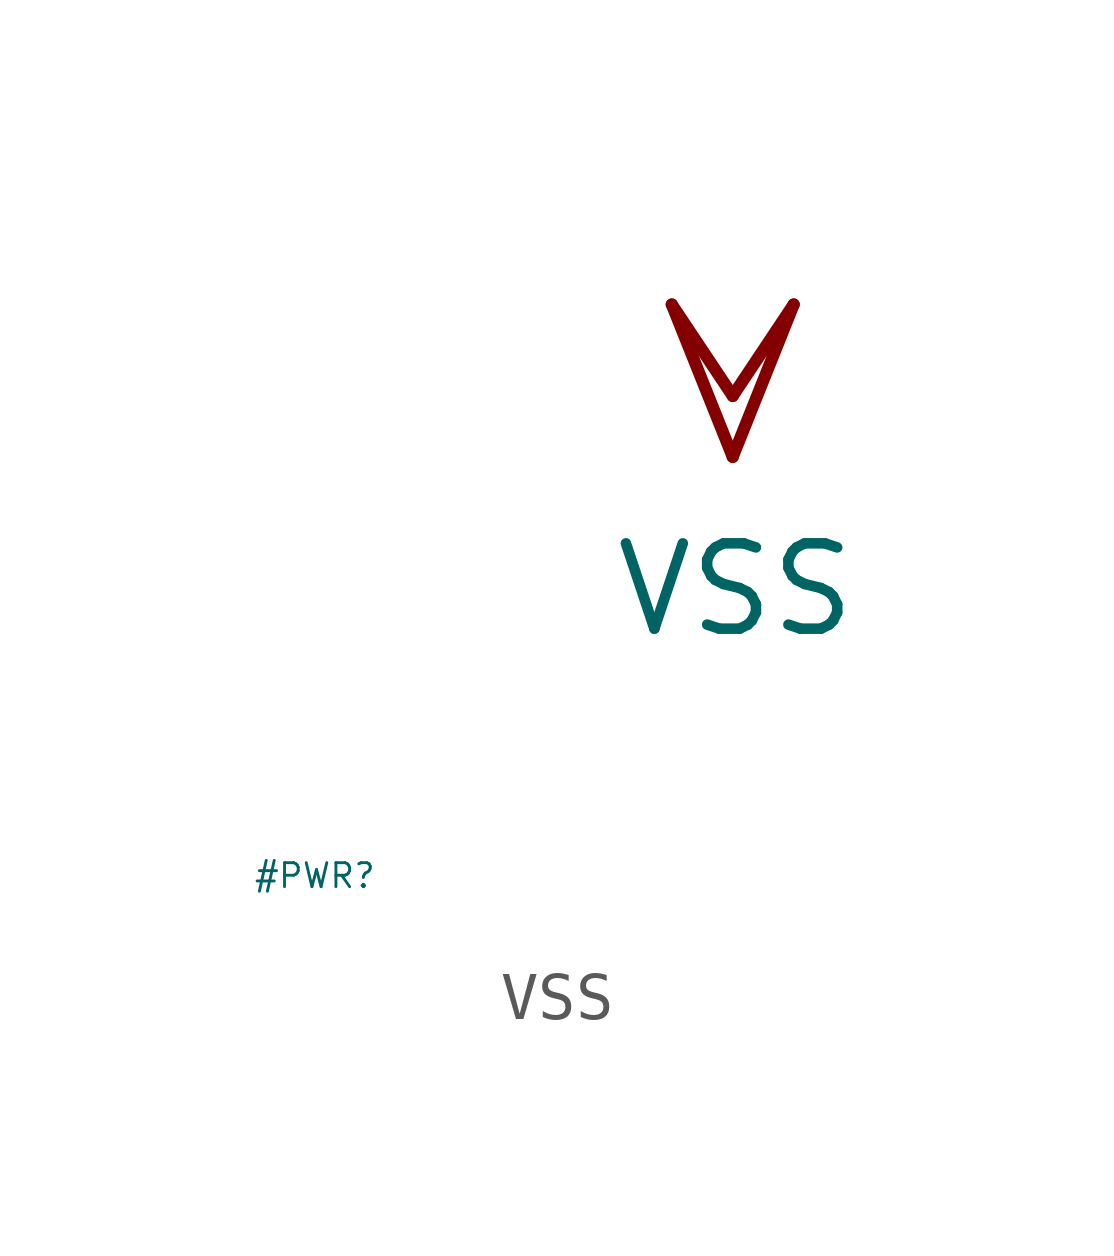
<source format=kicad_sym>
(kicad_symbol_lib
  (version 20220914)
  (generator Eagle2Kicad)
  (symbol "VSS"
    (power)
    (pin_names
      (offset 0))
    (property "Reference" "#PWR"
      (at -10 -10 0)
      (effects (font (size 0.5 0.5) (thickness 0.06)) (justify left)))
    (property "Value" "VSS"
      (at -2.54 -5.08 0)
      (effects (font (size 1.778 1.778) (thickness 0.22)) (justify left bottom)))
    (polyline
      (pts (xy -1.27 1.905) (xy 0 0))
      (stroke (width 0.254) (type default))
      (fill (type none)))
    (polyline
      (pts (xy 0 0) (xy 1.27 1.905))
      (stroke (width 0.254) (type default))
      (fill (type none)))
    (polyline
      (pts (xy 0 -1.27) (xy 1.27 1.905))
      (stroke (width 0.254) (type default))
      (fill (type none)))
    (polyline
      (pts (xy -1.27 1.905) (xy 0 -1.27))
      (stroke (width 0.254) (type default))
      (fill (type none)))
    (pin power_in line
      (at 0 2.54 270)
      (length 2.54) hide
      (name "VSS" (effects (font (size 0.635 0.635) (thickness 0.08)) (justify left bottom)))
      (number "1" (effects (font (size 0.635 0.635) (thickness 0.08)) (justify left bottom))))))
</source>
